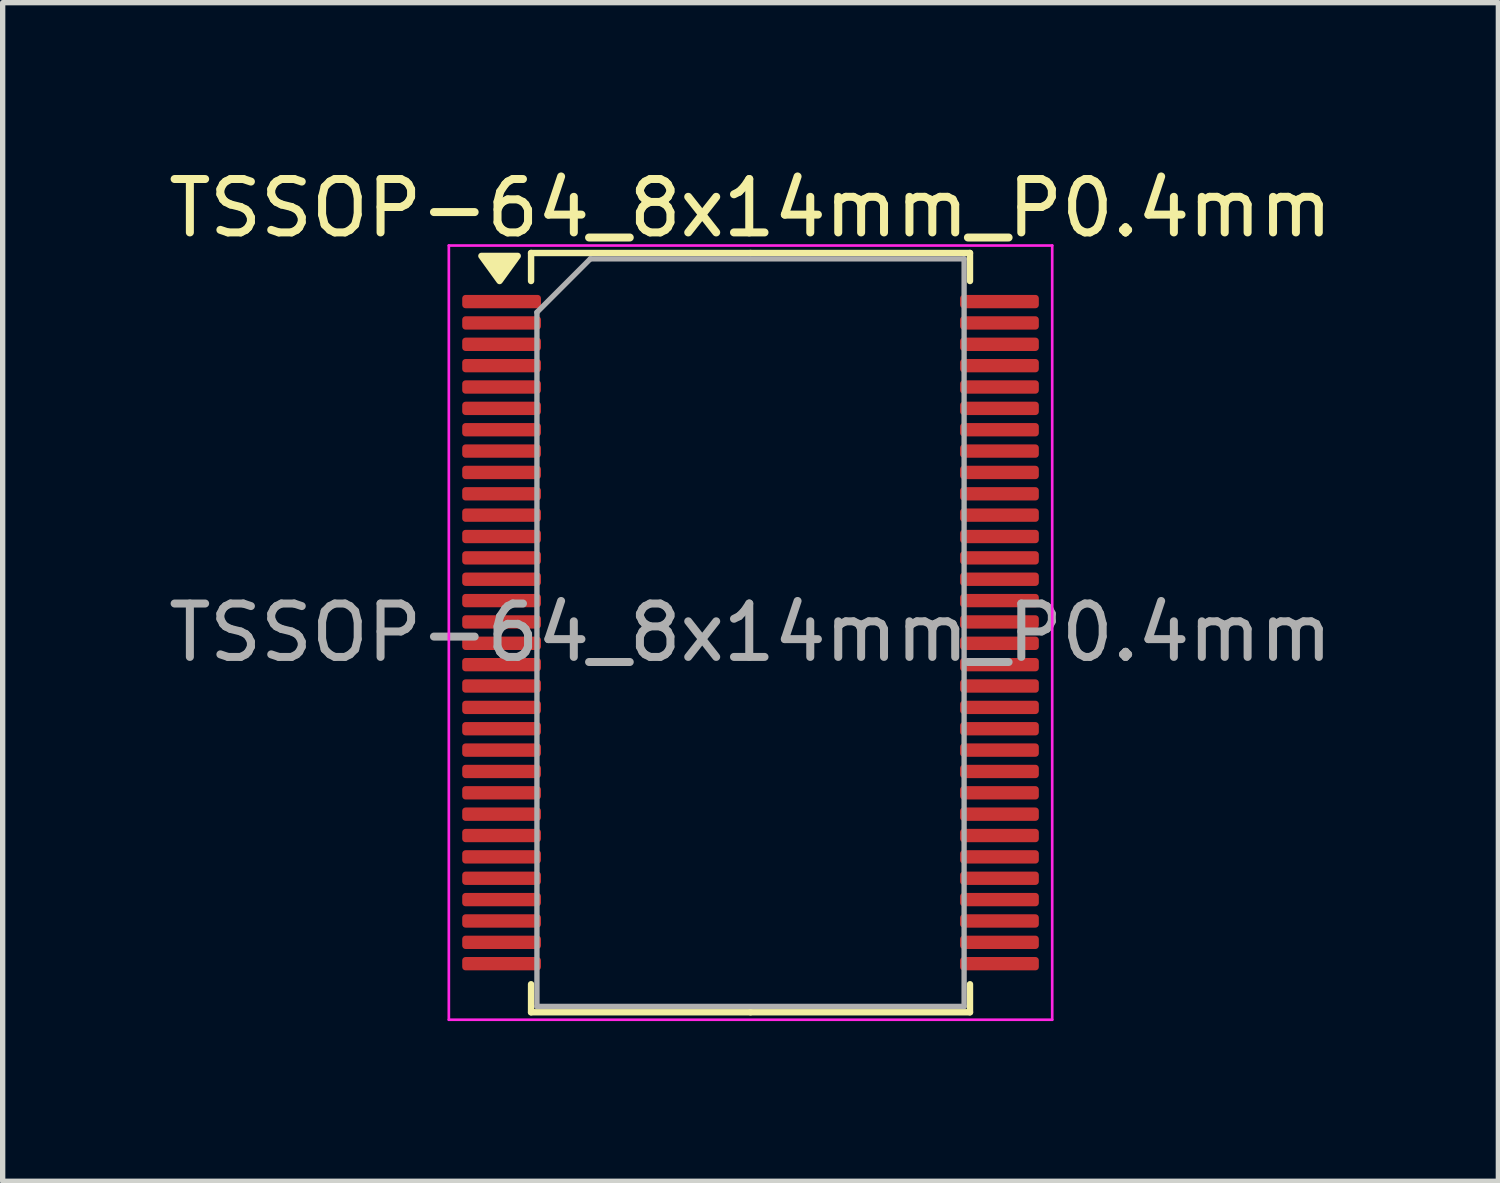
<source format=kicad_pcb>
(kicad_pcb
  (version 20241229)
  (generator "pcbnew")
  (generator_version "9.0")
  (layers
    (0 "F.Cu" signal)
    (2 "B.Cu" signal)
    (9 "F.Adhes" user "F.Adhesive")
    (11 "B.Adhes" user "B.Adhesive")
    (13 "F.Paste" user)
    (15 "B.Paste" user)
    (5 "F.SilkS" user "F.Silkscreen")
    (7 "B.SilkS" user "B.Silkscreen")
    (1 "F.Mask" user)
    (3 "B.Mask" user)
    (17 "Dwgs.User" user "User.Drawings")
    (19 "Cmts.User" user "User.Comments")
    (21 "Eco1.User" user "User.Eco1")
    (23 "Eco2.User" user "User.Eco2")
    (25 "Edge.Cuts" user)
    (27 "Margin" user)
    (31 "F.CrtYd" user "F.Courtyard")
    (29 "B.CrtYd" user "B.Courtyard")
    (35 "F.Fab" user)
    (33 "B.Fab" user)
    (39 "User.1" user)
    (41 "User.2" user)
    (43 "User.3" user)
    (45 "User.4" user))
  (footprint "TSSOP-64_8x14mm_P0.4mm"
    (layer "F.Cu")
    (at 11.006 8.798)
    (property "Reference" "TSSOP-64_8x14mm_P0.4mm" (at 0 -7.95 0) (layer "F.SilkS") (effects (font (size 1 1) (thickness 0.15))))
    (attr smd)
    (fp_line (start -4.11 -7.11) (end -4.11 -6.585) (stroke (width 0.12) (type solid)) (layer "F.SilkS"))
    (fp_line (start -4.11 7.11) (end -4.11 6.585) (stroke (width 0.12) (type solid)) (layer "F.SilkS"))
    (fp_line (start 0 -7.11) (end -4.11 -7.11) (stroke (width 0.12) (type solid)) (layer "F.SilkS"))
    (fp_line (start 0 -7.11) (end 4.11 -7.11) (stroke (width 0.12) (type solid)) (layer "F.SilkS"))
    (fp_line (start 0 7.11) (end -4.11 7.11) (stroke (width 0.12) (type solid)) (layer "F.SilkS"))
    (fp_line (start 0 7.11) (end 4.11 7.11) (stroke (width 0.12) (type solid)) (layer "F.SilkS"))
    (fp_line (start 4.11 -7.11) (end 4.11 -6.585) (stroke (width 0.12) (type solid)) (layer "F.SilkS"))
    (fp_line (start 4.11 7.11) (end 4.11 6.585) (stroke (width 0.12) (type solid)) (layer "F.SilkS"))
    (fp_poly (pts (xy -4.7 -6.585) (xy -5.04 -7.055) (xy -4.36 -7.055) (xy -4.7 -6.585)) (stroke (width 0.12) (type solid)) (fill yes) (layer "F.SilkS"))
    (fp_line (start -5.65 -7.25) (end -5.65 7.25) (stroke (width 0.05) (type solid)) (layer "F.CrtYd"))
    (fp_line (start -5.65 7.25) (end 5.65 7.25) (stroke (width 0.05) (type solid)) (layer "F.CrtYd"))
    (fp_line (start 5.65 -7.25) (end -5.65 -7.25) (stroke (width 0.05) (type solid)) (layer "F.CrtYd"))
    (fp_line (start 5.65 7.25) (end 5.65 -7.25) (stroke (width 0.05) (type solid)) (layer "F.CrtYd"))
    (fp_line (start -4 -6) (end -3 -7) (stroke (width 0.1) (type solid)) (layer "F.Fab"))
    (fp_line (start -4 7) (end -4 -6) (stroke (width 0.1) (type solid)) (layer "F.Fab"))
    (fp_line (start -3 -7) (end 4 -7) (stroke (width 0.1) (type solid)) (layer "F.Fab"))
    (fp_line (start 4 -7) (end 4 7) (stroke (width 0.1) (type solid)) (layer "F.Fab"))
    (fp_line (start 4 7) (end -4 7) (stroke (width 0.1) (type solid)) (layer "F.Fab"))
    (fp_text user "${REFERENCE}" (at 0 0 0) (layer "F.Fab") (effects (font (size 1 1) (thickness 0.15))))
    (pad "1" smd roundrect (at -4.662 -6.2) (size 1.475 0.25) (layers "F.Cu" "F.Mask" "F.Paste") (roundrect_rratio 0.25))
    (pad "2" smd roundrect (at -4.662 -5.8) (size 1.475 0.25) (layers "F.Cu" "F.Mask" "F.Paste") (roundrect_rratio 0.25))
    (pad "3" smd roundrect (at -4.662 -5.4) (size 1.475 0.25) (layers "F.Cu" "F.Mask" "F.Paste") (roundrect_rratio 0.25))
    (pad "4" smd roundrect (at -4.662 -5) (size 1.475 0.25) (layers "F.Cu" "F.Mask" "F.Paste") (roundrect_rratio 0.25))
    (pad "5" smd roundrect (at -4.662 -4.6) (size 1.475 0.25) (layers "F.Cu" "F.Mask" "F.Paste") (roundrect_rratio 0.25))
    (pad "6" smd roundrect (at -4.662 -4.2) (size 1.475 0.25) (layers "F.Cu" "F.Mask" "F.Paste") (roundrect_rratio 0.25))
    (pad "7" smd roundrect (at -4.662 -3.8) (size 1.475 0.25) (layers "F.Cu" "F.Mask" "F.Paste") (roundrect_rratio 0.25))
    (pad "8" smd roundrect (at -4.662 -3.4) (size 1.475 0.25) (layers "F.Cu" "F.Mask" "F.Paste") (roundrect_rratio 0.25))
    (pad "9" smd roundrect (at -4.662 -3) (size 1.475 0.25) (layers "F.Cu" "F.Mask" "F.Paste") (roundrect_rratio 0.25))
    (pad "10" smd roundrect (at -4.662 -2.6) (size 1.475 0.25) (layers "F.Cu" "F.Mask" "F.Paste") (roundrect_rratio 0.25))
    (pad "11" smd roundrect (at -4.662 -2.2) (size 1.475 0.25) (layers "F.Cu" "F.Mask" "F.Paste") (roundrect_rratio 0.25))
    (pad "12" smd roundrect (at -4.662 -1.8) (size 1.475 0.25) (layers "F.Cu" "F.Mask" "F.Paste") (roundrect_rratio 0.25))
    (pad "13" smd roundrect (at -4.662 -1.4) (size 1.475 0.25) (layers "F.Cu" "F.Mask" "F.Paste") (roundrect_rratio 0.25))
    (pad "14" smd roundrect (at -4.662 -1) (size 1.475 0.25) (layers "F.Cu" "F.Mask" "F.Paste") (roundrect_rratio 0.25))
    (pad "15" smd roundrect (at -4.662 -0.6) (size 1.475 0.25) (layers "F.Cu" "F.Mask" "F.Paste") (roundrect_rratio 0.25))
    (pad "16" smd roundrect (at -4.662 -0.2) (size 1.475 0.25) (layers "F.Cu" "F.Mask" "F.Paste") (roundrect_rratio 0.25))
    (pad "17" smd roundrect (at -4.662 0.2) (size 1.475 0.25) (layers "F.Cu" "F.Mask" "F.Paste") (roundrect_rratio 0.25))
    (pad "18" smd roundrect (at -4.662 0.6) (size 1.475 0.25) (layers "F.Cu" "F.Mask" "F.Paste") (roundrect_rratio 0.25))
    (pad "19" smd roundrect (at -4.662 1) (size 1.475 0.25) (layers "F.Cu" "F.Mask" "F.Paste") (roundrect_rratio 0.25))
    (pad "20" smd roundrect (at -4.662 1.4) (size 1.475 0.25) (layers "F.Cu" "F.Mask" "F.Paste") (roundrect_rratio 0.25))
    (pad "21" smd roundrect (at -4.662 1.8) (size 1.475 0.25) (layers "F.Cu" "F.Mask" "F.Paste") (roundrect_rratio 0.25))
    (pad "22" smd roundrect (at -4.662 2.2) (size 1.475 0.25) (layers "F.Cu" "F.Mask" "F.Paste") (roundrect_rratio 0.25))
    (pad "23" smd roundrect (at -4.662 2.6) (size 1.475 0.25) (layers "F.Cu" "F.Mask" "F.Paste") (roundrect_rratio 0.25))
    (pad "24" smd roundrect (at -4.662 3) (size 1.475 0.25) (layers "F.Cu" "F.Mask" "F.Paste") (roundrect_rratio 0.25))
    (pad "25" smd roundrect (at -4.662 3.4) (size 1.475 0.25) (layers "F.Cu" "F.Mask" "F.Paste") (roundrect_rratio 0.25))
    (pad "26" smd roundrect (at -4.662 3.8) (size 1.475 0.25) (layers "F.Cu" "F.Mask" "F.Paste") (roundrect_rratio 0.25))
    (pad "27" smd roundrect (at -4.662 4.2) (size 1.475 0.25) (layers "F.Cu" "F.Mask" "F.Paste") (roundrect_rratio 0.25))
    (pad "28" smd roundrect (at -4.662 4.6) (size 1.475 0.25) (layers "F.Cu" "F.Mask" "F.Paste") (roundrect_rratio 0.25))
    (pad "29" smd roundrect (at -4.662 5) (size 1.475 0.25) (layers "F.Cu" "F.Mask" "F.Paste") (roundrect_rratio 0.25))
    (pad "30" smd roundrect (at -4.662 5.4) (size 1.475 0.25) (layers "F.Cu" "F.Mask" "F.Paste") (roundrect_rratio 0.25))
    (pad "31" smd roundrect (at -4.662 5.8) (size 1.475 0.25) (layers "F.Cu" "F.Mask" "F.Paste") (roundrect_rratio 0.25))
    (pad "32" smd roundrect (at -4.662 6.2) (size 1.475 0.25) (layers "F.Cu" "F.Mask" "F.Paste") (roundrect_rratio 0.25))
    (pad "33" smd roundrect (at 4.662 6.2) (size 1.475 0.25) (layers "F.Cu" "F.Mask" "F.Paste") (roundrect_rratio 0.25))
    (pad "34" smd roundrect (at 4.662 5.8) (size 1.475 0.25) (layers "F.Cu" "F.Mask" "F.Paste") (roundrect_rratio 0.25))
    (pad "35" smd roundrect (at 4.662 5.4) (size 1.475 0.25) (layers "F.Cu" "F.Mask" "F.Paste") (roundrect_rratio 0.25))
    (pad "36" smd roundrect (at 4.662 5) (size 1.475 0.25) (layers "F.Cu" "F.Mask" "F.Paste") (roundrect_rratio 0.25))
    (pad "37" smd roundrect (at 4.662 4.6) (size 1.475 0.25) (layers "F.Cu" "F.Mask" "F.Paste") (roundrect_rratio 0.25))
    (pad "38" smd roundrect (at 4.662 4.2) (size 1.475 0.25) (layers "F.Cu" "F.Mask" "F.Paste") (roundrect_rratio 0.25))
    (pad "39" smd roundrect (at 4.662 3.8) (size 1.475 0.25) (layers "F.Cu" "F.Mask" "F.Paste") (roundrect_rratio 0.25))
    (pad "40" smd roundrect (at 4.662 3.4) (size 1.475 0.25) (layers "F.Cu" "F.Mask" "F.Paste") (roundrect_rratio 0.25))
    (pad "41" smd roundrect (at 4.662 3) (size 1.475 0.25) (layers "F.Cu" "F.Mask" "F.Paste") (roundrect_rratio 0.25))
    (pad "42" smd roundrect (at 4.662 2.6) (size 1.475 0.25) (layers "F.Cu" "F.Mask" "F.Paste") (roundrect_rratio 0.25))
    (pad "43" smd roundrect (at 4.662 2.2) (size 1.475 0.25) (layers "F.Cu" "F.Mask" "F.Paste") (roundrect_rratio 0.25))
    (pad "44" smd roundrect (at 4.662 1.8) (size 1.475 0.25) (layers "F.Cu" "F.Mask" "F.Paste") (roundrect_rratio 0.25))
    (pad "45" smd roundrect (at 4.662 1.4) (size 1.475 0.25) (layers "F.Cu" "F.Mask" "F.Paste") (roundrect_rratio 0.25))
    (pad "46" smd roundrect (at 4.662 1) (size 1.475 0.25) (layers "F.Cu" "F.Mask" "F.Paste") (roundrect_rratio 0.25))
    (pad "47" smd roundrect (at 4.662 0.6) (size 1.475 0.25) (layers "F.Cu" "F.Mask" "F.Paste") (roundrect_rratio 0.25))
    (pad "48" smd roundrect (at 4.662 0.2) (size 1.475 0.25) (layers "F.Cu" "F.Mask" "F.Paste") (roundrect_rratio 0.25))
    (pad "49" smd roundrect (at 4.662 -0.2) (size 1.475 0.25) (layers "F.Cu" "F.Mask" "F.Paste") (roundrect_rratio 0.25))
    (pad "50" smd roundrect (at 4.662 -0.6) (size 1.475 0.25) (layers "F.Cu" "F.Mask" "F.Paste") (roundrect_rratio 0.25))
    (pad "51" smd roundrect (at 4.662 -1) (size 1.475 0.25) (layers "F.Cu" "F.Mask" "F.Paste") (roundrect_rratio 0.25))
    (pad "52" smd roundrect (at 4.662 -1.4) (size 1.475 0.25) (layers "F.Cu" "F.Mask" "F.Paste") (roundrect_rratio 0.25))
    (pad "53" smd roundrect (at 4.662 -1.8) (size 1.475 0.25) (layers "F.Cu" "F.Mask" "F.Paste") (roundrect_rratio 0.25))
    (pad "54" smd roundrect (at 4.662 -2.2) (size 1.475 0.25) (layers "F.Cu" "F.Mask" "F.Paste") (roundrect_rratio 0.25))
    (pad "55" smd roundrect (at 4.662 -2.6) (size 1.475 0.25) (layers "F.Cu" "F.Mask" "F.Paste") (roundrect_rratio 0.25))
    (pad "56" smd roundrect (at 4.662 -3) (size 1.475 0.25) (layers "F.Cu" "F.Mask" "F.Paste") (roundrect_rratio 0.25))
    (pad "57" smd roundrect (at 4.662 -3.4) (size 1.475 0.25) (layers "F.Cu" "F.Mask" "F.Paste") (roundrect_rratio 0.25))
    (pad "58" smd roundrect (at 4.662 -3.8) (size 1.475 0.25) (layers "F.Cu" "F.Mask" "F.Paste") (roundrect_rratio 0.25))
    (pad "59" smd roundrect (at 4.662 -4.2) (size 1.475 0.25) (layers "F.Cu" "F.Mask" "F.Paste") (roundrect_rratio 0.25))
    (pad "60" smd roundrect (at 4.662 -4.6) (size 1.475 0.25) (layers "F.Cu" "F.Mask" "F.Paste") (roundrect_rratio 0.25))
    (pad "61" smd roundrect (at 4.662 -5) (size 1.475 0.25) (layers "F.Cu" "F.Mask" "F.Paste") (roundrect_rratio 0.25))
    (pad "62" smd roundrect (at 4.662 -5.4) (size 1.475 0.25) (layers "F.Cu" "F.Mask" "F.Paste") (roundrect_rratio 0.25))
    (pad "63" smd roundrect (at 4.662 -5.8) (size 1.475 0.25) (layers "F.Cu" "F.Mask" "F.Paste") (roundrect_rratio 0.25))
    (pad "64" smd roundrect (at 4.662 -6.2) (size 1.475 0.25) (layers "F.Cu" "F.Mask" "F.Paste") (roundrect_rratio 0.25)))
  (gr_rect
    (start -3 -3)
    (end 25.012 19.073)
    (stroke (width 0.1) (type default))
    (fill no)
    (layer "Edge.Cuts")))
</source>
